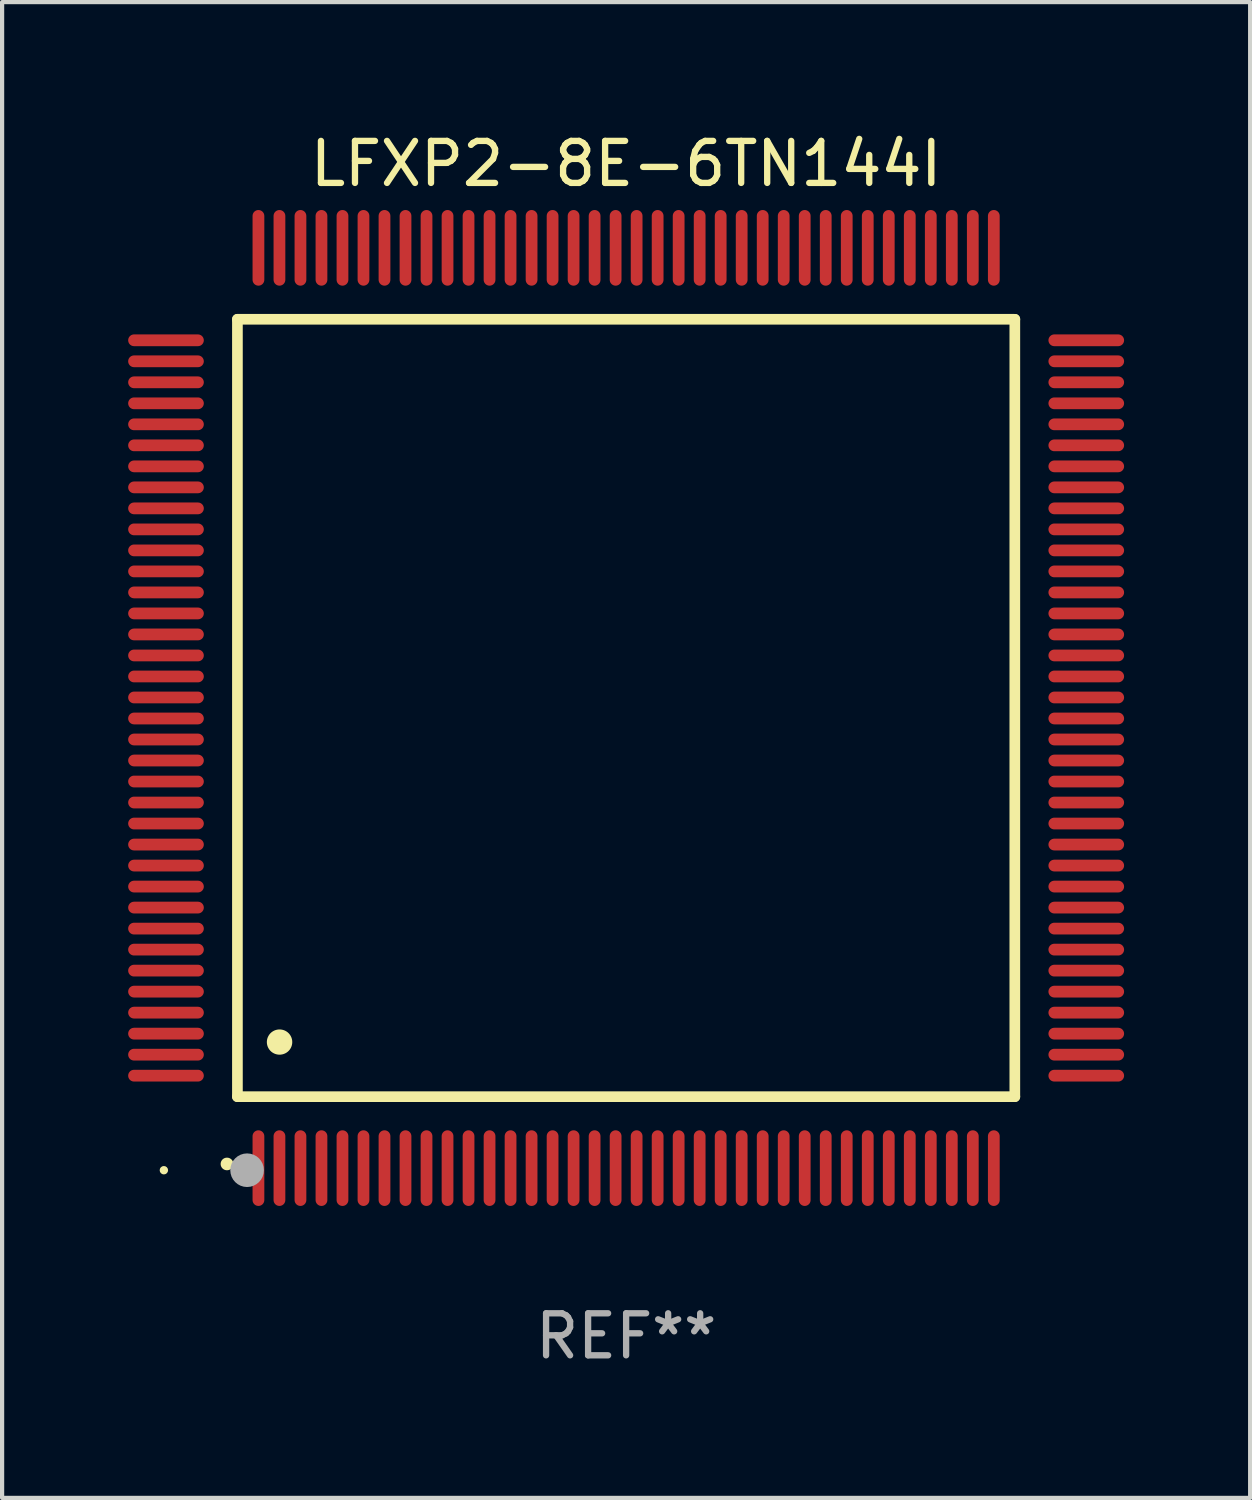
<source format=kicad_pcb>
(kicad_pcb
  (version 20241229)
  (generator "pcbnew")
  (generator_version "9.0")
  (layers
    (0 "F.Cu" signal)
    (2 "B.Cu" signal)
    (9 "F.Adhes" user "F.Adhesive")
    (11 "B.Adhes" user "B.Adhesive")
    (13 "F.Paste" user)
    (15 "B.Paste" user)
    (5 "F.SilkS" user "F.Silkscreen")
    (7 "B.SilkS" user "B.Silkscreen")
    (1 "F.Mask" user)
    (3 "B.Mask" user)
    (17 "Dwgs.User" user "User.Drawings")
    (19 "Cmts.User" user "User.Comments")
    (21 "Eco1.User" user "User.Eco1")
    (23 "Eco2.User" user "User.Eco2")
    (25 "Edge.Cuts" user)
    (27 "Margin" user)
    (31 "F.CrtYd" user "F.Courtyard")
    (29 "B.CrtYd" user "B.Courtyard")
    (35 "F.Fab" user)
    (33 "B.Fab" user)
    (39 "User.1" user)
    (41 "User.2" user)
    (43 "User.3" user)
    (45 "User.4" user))
  (footprint "LFXP2-8E-6TN144I"
    (layer "F.Cu")
    (at 11.85 13.798)
    (property "Reference" "LFXP2-8E-6TN144I" (at 0 -12.95 0) (layer "F.SilkS") (effects (font (size 1 1) (thickness 0.15))))
    (attr through_hole)
    (fp_line (start -9.25 -9.25) (end -9.25 9.25) (stroke (width 0.254) (type solid)) (layer "F.SilkS"))
    (fp_line (start -9.25 9.25) (end 9.25 9.25) (stroke (width 0.254) (type solid)) (layer "F.SilkS"))
    (fp_line (start 9.25 -9.25) (end -9.25 -9.25) (stroke (width 0.254) (type solid)) (layer "F.SilkS"))
    (fp_line (start 9.25 9.25) (end 9.25 -9.25) (stroke (width 0.254) (type solid)) (layer "F.SilkS"))
    (fp_arc (start -9.499619 10.850902) (mid -9.498349 10.850897) (end -9.497079 10.850902) (stroke (width 0.3) (type solid)) (layer "F.SilkS"))
    (fp_arc (start -8.249936 7.950216) (mid -8.247396 7.950205) (end -8.244856 7.950216) (stroke (width 0.6) (type solid)) (layer "F.SilkS"))
    (fp_circle (center -11 11) (end -10.95 11) (stroke (width 0.1) (type solid)) (fill no) (layer "F.SilkS"))
    (fp_circle (center -9.02 11) (end -8.82 11) (stroke (width 0.4) (type solid)) (fill no) (layer "F.Fab"))
    (fp_text user "REF**" (at 0 14.95 0) (layer "F.Fab") (effects (font (size 1 1) (thickness 0.15))))
    (pad "1" smd oval (at -8.75 10.95) (size 0.28 1.8) (layers "F.Cu" "F.Mask" "F.Paste"))
    (pad "2" smd oval (at -8.25 10.95) (size 0.28 1.8) (layers "F.Cu" "F.Mask" "F.Paste"))
    (pad "3" smd oval (at -7.75 10.95) (size 0.28 1.8) (layers "F.Cu" "F.Mask" "F.Paste"))
    (pad "4" smd oval (at -7.25 10.95) (size 0.28 1.8) (layers "F.Cu" "F.Mask" "F.Paste"))
    (pad "5" smd oval (at -6.75 10.95) (size 0.28 1.8) (layers "F.Cu" "F.Mask" "F.Paste"))
    (pad "6" smd oval (at -6.25 10.95) (size 0.28 1.8) (layers "F.Cu" "F.Mask" "F.Paste"))
    (pad "7" smd oval (at -5.75 10.95) (size 0.28 1.8) (layers "F.Cu" "F.Mask" "F.Paste"))
    (pad "8" smd oval (at -5.25 10.95) (size 0.28 1.8) (layers "F.Cu" "F.Mask" "F.Paste"))
    (pad "9" smd oval (at -4.75 10.95) (size 0.28 1.8) (layers "F.Cu" "F.Mask" "F.Paste"))
    (pad "10" smd oval (at -4.25 10.95) (size 0.28 1.8) (layers "F.Cu" "F.Mask" "F.Paste"))
    (pad "11" smd oval (at -3.75 10.95) (size 0.28 1.8) (layers "F.Cu" "F.Mask" "F.Paste"))
    (pad "12" smd oval (at -3.25 10.95) (size 0.28 1.8) (layers "F.Cu" "F.Mask" "F.Paste"))
    (pad "13" smd oval (at -2.75 10.95) (size 0.28 1.8) (layers "F.Cu" "F.Mask" "F.Paste"))
    (pad "14" smd oval (at -2.25 10.95) (size 0.28 1.8) (layers "F.Cu" "F.Mask" "F.Paste"))
    (pad "15" smd oval (at -1.75 10.95) (size 0.28 1.8) (layers "F.Cu" "F.Mask" "F.Paste"))
    (pad "16" smd oval (at -1.25 10.95) (size 0.28 1.8) (layers "F.Cu" "F.Mask" "F.Paste"))
    (pad "17" smd oval (at -0.75 10.95) (size 0.28 1.8) (layers "F.Cu" "F.Mask" "F.Paste"))
    (pad "18" smd oval (at -0.25 10.95) (size 0.28 1.8) (layers "F.Cu" "F.Mask" "F.Paste"))
    (pad "19" smd oval (at 0.25 10.95) (size 0.28 1.8) (layers "F.Cu" "F.Mask" "F.Paste"))
    (pad "20" smd oval (at 0.75 10.95) (size 0.28 1.8) (layers "F.Cu" "F.Mask" "F.Paste"))
    (pad "21" smd oval (at 1.25 10.95) (size 0.28 1.8) (layers "F.Cu" "F.Mask" "F.Paste"))
    (pad "22" smd oval (at 1.75 10.95) (size 0.28 1.8) (layers "F.Cu" "F.Mask" "F.Paste"))
    (pad "23" smd oval (at 2.25 10.95) (size 0.28 1.8) (layers "F.Cu" "F.Mask" "F.Paste"))
    (pad "24" smd oval (at 2.75 10.95) (size 0.28 1.8) (layers "F.Cu" "F.Mask" "F.Paste"))
    (pad "25" smd oval (at 3.25 10.95) (size 0.28 1.8) (layers "F.Cu" "F.Mask" "F.Paste"))
    (pad "26" smd oval (at 3.75 10.95) (size 0.28 1.8) (layers "F.Cu" "F.Mask" "F.Paste"))
    (pad "27" smd oval (at 4.25 10.95) (size 0.28 1.8) (layers "F.Cu" "F.Mask" "F.Paste"))
    (pad "28" smd oval (at 4.75 10.95) (size 0.28 1.8) (layers "F.Cu" "F.Mask" "F.Paste"))
    (pad "29" smd oval (at 5.25 10.95) (size 0.28 1.8) (layers "F.Cu" "F.Mask" "F.Paste"))
    (pad "30" smd oval (at 5.75 10.95) (size 0.28 1.8) (layers "F.Cu" "F.Mask" "F.Paste"))
    (pad "31" smd oval (at 6.25 10.95) (size 0.28 1.8) (layers "F.Cu" "F.Mask" "F.Paste"))
    (pad "32" smd oval (at 6.75 10.95) (size 0.28 1.8) (layers "F.Cu" "F.Mask" "F.Paste"))
    (pad "33" smd oval (at 7.25 10.95) (size 0.28 1.8) (layers "F.Cu" "F.Mask" "F.Paste"))
    (pad "34" smd oval (at 7.75 10.95) (size 0.28 1.8) (layers "F.Cu" "F.Mask" "F.Paste"))
    (pad "35" smd oval (at 8.25 10.95) (size 0.28 1.8) (layers "F.Cu" "F.Mask" "F.Paste"))
    (pad "36" smd oval (at 8.75 10.95) (size 0.28 1.8) (layers "F.Cu" "F.Mask" "F.Paste"))
    (pad "37" smd oval (at 10.95 8.75) (size 1.8 0.28) (layers "F.Cu" "F.Mask" "F.Paste"))
    (pad "38" smd oval (at 10.95 8.25) (size 1.8 0.28) (layers "F.Cu" "F.Mask" "F.Paste"))
    (pad "39" smd oval (at 10.95 7.75) (size 1.8 0.28) (layers "F.Cu" "F.Mask" "F.Paste"))
    (pad "40" smd oval (at 10.95 7.25) (size 1.8 0.28) (layers "F.Cu" "F.Mask" "F.Paste"))
    (pad "41" smd oval (at 10.95 6.75) (size 1.8 0.28) (layers "F.Cu" "F.Mask" "F.Paste"))
    (pad "42" smd oval (at 10.95 6.25) (size 1.8 0.28) (layers "F.Cu" "F.Mask" "F.Paste"))
    (pad "43" smd oval (at 10.95 5.75) (size 1.8 0.28) (layers "F.Cu" "F.Mask" "F.Paste"))
    (pad "44" smd oval (at 10.95 5.25) (size 1.8 0.28) (layers "F.Cu" "F.Mask" "F.Paste"))
    (pad "45" smd oval (at 10.95 4.75) (size 1.8 0.28) (layers "F.Cu" "F.Mask" "F.Paste"))
    (pad "46" smd oval (at 10.95 4.25) (size 1.8 0.28) (layers "F.Cu" "F.Mask" "F.Paste"))
    (pad "47" smd oval (at 10.95 3.75) (size 1.8 0.28) (layers "F.Cu" "F.Mask" "F.Paste"))
    (pad "48" smd oval (at 10.95 3.25) (size 1.8 0.28) (layers "F.Cu" "F.Mask" "F.Paste"))
    (pad "49" smd oval (at 10.95 2.75) (size 1.8 0.28) (layers "F.Cu" "F.Mask" "F.Paste"))
    (pad "50" smd oval (at 10.95 2.25) (size 1.8 0.28) (layers "F.Cu" "F.Mask" "F.Paste"))
    (pad "51" smd oval (at 10.95 1.75) (size 1.8 0.28) (layers "F.Cu" "F.Mask" "F.Paste"))
    (pad "52" smd oval (at 10.95 1.25) (size 1.8 0.28) (layers "F.Cu" "F.Mask" "F.Paste"))
    (pad "53" smd oval (at 10.95 0.75) (size 1.8 0.28) (layers "F.Cu" "F.Mask" "F.Paste"))
    (pad "54" smd oval (at 10.95 0.25) (size 1.8 0.28) (layers "F.Cu" "F.Mask" "F.Paste"))
    (pad "55" smd oval (at 10.95 -0.25) (size 1.8 0.28) (layers "F.Cu" "F.Mask" "F.Paste"))
    (pad "56" smd oval (at 10.95 -0.75) (size 1.8 0.28) (layers "F.Cu" "F.Mask" "F.Paste"))
    (pad "57" smd oval (at 10.95 -1.25) (size 1.8 0.28) (layers "F.Cu" "F.Mask" "F.Paste"))
    (pad "58" smd oval (at 10.95 -1.75) (size 1.8 0.28) (layers "F.Cu" "F.Mask" "F.Paste"))
    (pad "59" smd oval (at 10.95 -2.25) (size 1.8 0.28) (layers "F.Cu" "F.Mask" "F.Paste"))
    (pad "60" smd oval (at 10.95 -2.75) (size 1.8 0.28) (layers "F.Cu" "F.Mask" "F.Paste"))
    (pad "61" smd oval (at 10.95 -3.25) (size 1.8 0.28) (layers "F.Cu" "F.Mask" "F.Paste"))
    (pad "62" smd oval (at 10.95 -3.75) (size 1.8 0.28) (layers "F.Cu" "F.Mask" "F.Paste"))
    (pad "63" smd oval (at 10.95 -4.25) (size 1.8 0.28) (layers "F.Cu" "F.Mask" "F.Paste"))
    (pad "64" smd oval (at 10.95 -4.75) (size 1.8 0.28) (layers "F.Cu" "F.Mask" "F.Paste"))
    (pad "65" smd oval (at 10.95 -5.25) (size 1.8 0.28) (layers "F.Cu" "F.Mask" "F.Paste"))
    (pad "66" smd oval (at 10.95 -5.75) (size 1.8 0.28) (layers "F.Cu" "F.Mask" "F.Paste"))
    (pad "67" smd oval (at 10.95 -6.25) (size 1.8 0.28) (layers "F.Cu" "F.Mask" "F.Paste"))
    (pad "68" smd oval (at 10.95 -6.75) (size 1.8 0.28) (layers "F.Cu" "F.Mask" "F.Paste"))
    (pad "69" smd oval (at 10.95 -7.25) (size 1.8 0.28) (layers "F.Cu" "F.Mask" "F.Paste"))
    (pad "70" smd oval (at 10.95 -7.75) (size 1.8 0.28) (layers "F.Cu" "F.Mask" "F.Paste"))
    (pad "71" smd oval (at 10.95 -8.25) (size 1.8 0.28) (layers "F.Cu" "F.Mask" "F.Paste"))
    (pad "72" smd oval (at 10.95 -8.75) (size 1.8 0.28) (layers "F.Cu" "F.Mask" "F.Paste"))
    (pad "73" smd oval (at 8.75 -10.95) (size 0.28 1.8) (layers "F.Cu" "F.Mask" "F.Paste"))
    (pad "74" smd oval (at 8.25 -10.95) (size 0.28 1.8) (layers "F.Cu" "F.Mask" "F.Paste"))
    (pad "75" smd oval (at 7.75 -10.95) (size 0.28 1.8) (layers "F.Cu" "F.Mask" "F.Paste"))
    (pad "76" smd oval (at 7.25 -10.95) (size 0.28 1.8) (layers "F.Cu" "F.Mask" "F.Paste"))
    (pad "77" smd oval (at 6.75 -10.95) (size 0.28 1.8) (layers "F.Cu" "F.Mask" "F.Paste"))
    (pad "78" smd oval (at 6.25 -10.95) (size 0.28 1.8) (layers "F.Cu" "F.Mask" "F.Paste"))
    (pad "79" smd oval (at 5.75 -10.95) (size 0.28 1.8) (layers "F.Cu" "F.Mask" "F.Paste"))
    (pad "80" smd oval (at 5.25 -10.95) (size 0.28 1.8) (layers "F.Cu" "F.Mask" "F.Paste"))
    (pad "81" smd oval (at 4.75 -10.95) (size 0.28 1.8) (layers "F.Cu" "F.Mask" "F.Paste"))
    (pad "82" smd oval (at 4.25 -10.95) (size 0.28 1.8) (layers "F.Cu" "F.Mask" "F.Paste"))
    (pad "83" smd oval (at 3.75 -10.95) (size 0.28 1.8) (layers "F.Cu" "F.Mask" "F.Paste"))
    (pad "84" smd oval (at 3.25 -10.95) (size 0.28 1.8) (layers "F.Cu" "F.Mask" "F.Paste"))
    (pad "85" smd oval (at 2.75 -10.95) (size 0.28 1.8) (layers "F.Cu" "F.Mask" "F.Paste"))
    (pad "86" smd oval (at 2.25 -10.95) (size 0.28 1.8) (layers "F.Cu" "F.Mask" "F.Paste"))
    (pad "87" smd oval (at 1.75 -10.95) (size 0.28 1.8) (layers "F.Cu" "F.Mask" "F.Paste"))
    (pad "88" smd oval (at 1.25 -10.95) (size 0.28 1.8) (layers "F.Cu" "F.Mask" "F.Paste"))
    (pad "89" smd oval (at 0.75 -10.95) (size 0.28 1.8) (layers "F.Cu" "F.Mask" "F.Paste"))
    (pad "90" smd oval (at 0.25 -10.95) (size 0.28 1.8) (layers "F.Cu" "F.Mask" "F.Paste"))
    (pad "91" smd oval (at -0.25 -10.95) (size 0.28 1.8) (layers "F.Cu" "F.Mask" "F.Paste"))
    (pad "92" smd oval (at -0.75 -10.95) (size 0.28 1.8) (layers "F.Cu" "F.Mask" "F.Paste"))
    (pad "93" smd oval (at -1.25 -10.95) (size 0.28 1.8) (layers "F.Cu" "F.Mask" "F.Paste"))
    (pad "94" smd oval (at -1.75 -10.95) (size 0.28 1.8) (layers "F.Cu" "F.Mask" "F.Paste"))
    (pad "95" smd oval (at -2.25 -10.95) (size 0.28 1.8) (layers "F.Cu" "F.Mask" "F.Paste"))
    (pad "96" smd oval (at -2.75 -10.95) (size 0.28 1.8) (layers "F.Cu" "F.Mask" "F.Paste"))
    (pad "97" smd oval (at -3.25 -10.95) (size 0.28 1.8) (layers "F.Cu" "F.Mask" "F.Paste"))
    (pad "98" smd oval (at -3.75 -10.95) (size 0.28 1.8) (layers "F.Cu" "F.Mask" "F.Paste"))
    (pad "99" smd oval (at -4.25 -10.95) (size 0.28 1.8) (layers "F.Cu" "F.Mask" "F.Paste"))
    (pad "100" smd oval (at -4.75 -10.95) (size 0.28 1.8) (layers "F.Cu" "F.Mask" "F.Paste"))
    (pad "101" smd oval (at -5.25 -10.95) (size 0.28 1.8) (layers "F.Cu" "F.Mask" "F.Paste"))
    (pad "102" smd oval (at -5.75 -10.95) (size 0.28 1.8) (layers "F.Cu" "F.Mask" "F.Paste"))
    (pad "103" smd oval (at -6.25 -10.95) (size 0.28 1.8) (layers "F.Cu" "F.Mask" "F.Paste"))
    (pad "104" smd oval (at -6.75 -10.95) (size 0.28 1.8) (layers "F.Cu" "F.Mask" "F.Paste"))
    (pad "105" smd oval (at -7.25 -10.95) (size 0.28 1.8) (layers "F.Cu" "F.Mask" "F.Paste"))
    (pad "106" smd oval (at -7.75 -10.95) (size 0.28 1.8) (layers "F.Cu" "F.Mask" "F.Paste"))
    (pad "107" smd oval (at -8.25 -10.95) (size 0.28 1.8) (layers "F.Cu" "F.Mask" "F.Paste"))
    (pad "108" smd oval (at -8.75 -10.95) (size 0.28 1.8) (layers "F.Cu" "F.Mask" "F.Paste"))
    (pad "109" smd oval (at -10.95 -8.75) (size 1.8 0.28) (layers "F.Cu" "F.Mask" "F.Paste"))
    (pad "110" smd oval (at -10.95 -8.25) (size 1.8 0.28) (layers "F.Cu" "F.Mask" "F.Paste"))
    (pad "111" smd oval (at -10.95 -7.75) (size 1.8 0.28) (layers "F.Cu" "F.Mask" "F.Paste"))
    (pad "112" smd oval (at -10.95 -7.25) (size 1.8 0.28) (layers "F.Cu" "F.Mask" "F.Paste"))
    (pad "113" smd oval (at -10.95 -6.75) (size 1.8 0.28) (layers "F.Cu" "F.Mask" "F.Paste"))
    (pad "114" smd oval (at -10.95 -6.25) (size 1.8 0.28) (layers "F.Cu" "F.Mask" "F.Paste"))
    (pad "115" smd oval (at -10.95 -5.75) (size 1.8 0.28) (layers "F.Cu" "F.Mask" "F.Paste"))
    (pad "116" smd oval (at -10.95 -5.25) (size 1.8 0.28) (layers "F.Cu" "F.Mask" "F.Paste"))
    (pad "117" smd oval (at -10.95 -4.75) (size 1.8 0.28) (layers "F.Cu" "F.Mask" "F.Paste"))
    (pad "118" smd oval (at -10.95 -4.25) (size 1.8 0.28) (layers "F.Cu" "F.Mask" "F.Paste"))
    (pad "119" smd oval (at -10.95 -3.75) (size 1.8 0.28) (layers "F.Cu" "F.Mask" "F.Paste"))
    (pad "120" smd oval (at -10.95 -3.25) (size 1.8 0.28) (layers "F.Cu" "F.Mask" "F.Paste"))
    (pad "121" smd oval (at -10.95 -2.75) (size 1.8 0.28) (layers "F.Cu" "F.Mask" "F.Paste"))
    (pad "122" smd oval (at -10.95 -2.25) (size 1.8 0.28) (layers "F.Cu" "F.Mask" "F.Paste"))
    (pad "123" smd oval (at -10.95 -1.75) (size 1.8 0.28) (layers "F.Cu" "F.Mask" "F.Paste"))
    (pad "124" smd oval (at -10.95 -1.25) (size 1.8 0.28) (layers "F.Cu" "F.Mask" "F.Paste"))
    (pad "125" smd oval (at -10.95 -0.75) (size 1.8 0.28) (layers "F.Cu" "F.Mask" "F.Paste"))
    (pad "126" smd oval (at -10.95 -0.25) (size 1.8 0.28) (layers "F.Cu" "F.Mask" "F.Paste"))
    (pad "127" smd oval (at -10.95 0.25) (size 1.8 0.28) (layers "F.Cu" "F.Mask" "F.Paste"))
    (pad "128" smd oval (at -10.95 0.75) (size 1.8 0.28) (layers "F.Cu" "F.Mask" "F.Paste"))
    (pad "129" smd oval (at -10.95 1.25) (size 1.8 0.28) (layers "F.Cu" "F.Mask" "F.Paste"))
    (pad "130" smd oval (at -10.95 1.75) (size 1.8 0.28) (layers "F.Cu" "F.Mask" "F.Paste"))
    (pad "131" smd oval (at -10.95 2.25) (size 1.8 0.28) (layers "F.Cu" "F.Mask" "F.Paste"))
    (pad "132" smd oval (at -10.95 2.75) (size 1.8 0.28) (layers "F.Cu" "F.Mask" "F.Paste"))
    (pad "133" smd oval (at -10.95 3.25) (size 1.8 0.28) (layers "F.Cu" "F.Mask" "F.Paste"))
    (pad "134" smd oval (at -10.95 3.75) (size 1.8 0.28) (layers "F.Cu" "F.Mask" "F.Paste"))
    (pad "135" smd oval (at -10.95 4.25) (size 1.8 0.28) (layers "F.Cu" "F.Mask" "F.Paste"))
    (pad "136" smd oval (at -10.95 4.75) (size 1.8 0.28) (layers "F.Cu" "F.Mask" "F.Paste"))
    (pad "137" smd oval (at -10.95 5.25) (size 1.8 0.28) (layers "F.Cu" "F.Mask" "F.Paste"))
    (pad "138" smd oval (at -10.95 5.75) (size 1.8 0.28) (layers "F.Cu" "F.Mask" "F.Paste"))
    (pad "139" smd oval (at -10.95 6.25) (size 1.8 0.28) (layers "F.Cu" "F.Mask" "F.Paste"))
    (pad "140" smd oval (at -10.95 6.75) (size 1.8 0.28) (layers "F.Cu" "F.Mask" "F.Paste"))
    (pad "141" smd oval (at -10.95 7.25) (size 1.8 0.28) (layers "F.Cu" "F.Mask" "F.Paste"))
    (pad "142" smd oval (at -10.95 7.75) (size 1.8 0.28) (layers "F.Cu" "F.Mask" "F.Paste"))
    (pad "143" smd oval (at -10.95 8.25) (size 1.8 0.28) (layers "F.Cu" "F.Mask" "F.Paste"))
    (pad "144" smd oval (at -10.95 8.75) (size 1.8 0.28) (layers "F.Cu" "F.Mask" "F.Paste")))
  (gr_rect
    (start -3 -3)
    (end 26.7 32.596)
    (stroke (width 0.1) (type default))
    (fill no)
    (layer "Edge.Cuts")))
</source>
